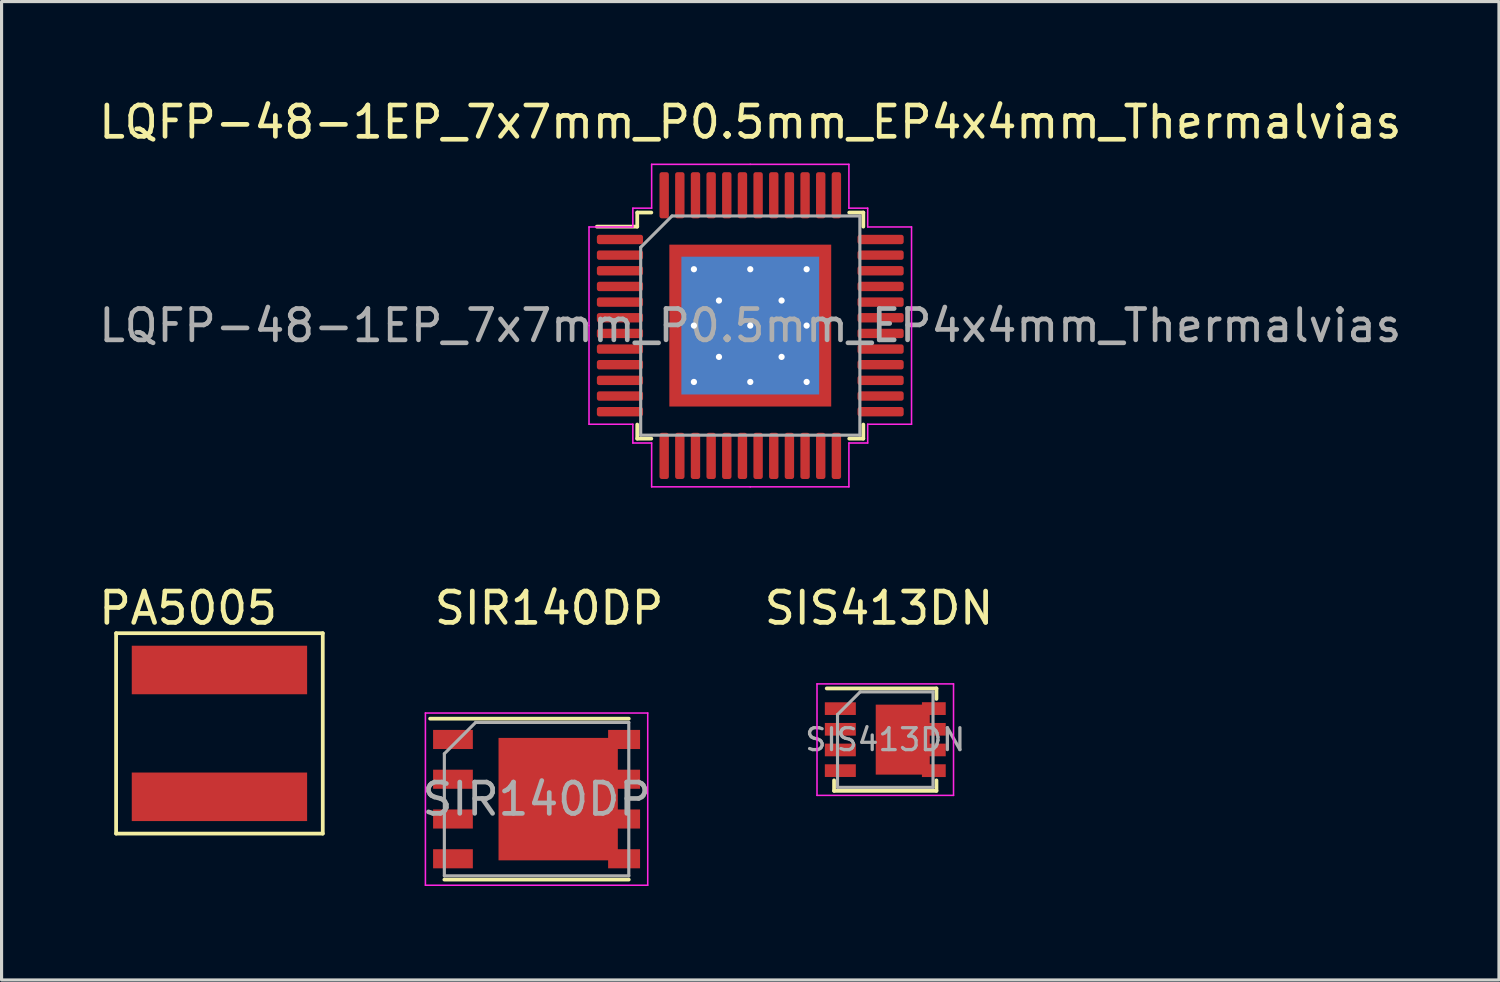
<source format=kicad_pcb>
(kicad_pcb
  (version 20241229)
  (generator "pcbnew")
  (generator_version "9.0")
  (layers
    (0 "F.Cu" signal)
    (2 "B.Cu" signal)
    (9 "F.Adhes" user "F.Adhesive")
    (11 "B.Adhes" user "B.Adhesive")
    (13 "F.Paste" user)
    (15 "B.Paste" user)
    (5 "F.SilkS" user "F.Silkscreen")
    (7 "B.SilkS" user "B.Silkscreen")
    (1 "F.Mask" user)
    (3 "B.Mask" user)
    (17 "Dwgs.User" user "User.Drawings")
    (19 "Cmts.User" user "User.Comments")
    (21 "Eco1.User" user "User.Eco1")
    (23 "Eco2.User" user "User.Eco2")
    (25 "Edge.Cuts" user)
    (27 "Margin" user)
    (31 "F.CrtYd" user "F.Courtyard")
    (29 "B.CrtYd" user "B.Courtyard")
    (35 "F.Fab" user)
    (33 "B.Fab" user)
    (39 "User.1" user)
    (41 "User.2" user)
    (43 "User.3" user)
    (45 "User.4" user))
  (footprint "SIS413DN"
    (layer "F.Cu")
    (at 24.922 20.471)
    (property "Reference" "SIS413DN" (at 0.1 -4.1 0) (layer "F.SilkS") (effects (font (size 1 1) (thickness 0.15))))
    (attr through_hole)
    (fp_line (start -1.57 -1.535) (end 1.935 -1.535) (stroke (width 0.12) (type solid)) (layer "F.SilkS"))
    (fp_line (start -1.335 1.4) (end -1.335 1.735) (stroke (width 0.12) (type solid)) (layer "F.SilkS"))
    (fp_line (start -1.335 1.735) (end 1.935 1.735) (stroke (width 0.12) (type solid)) (layer "F.SilkS"))
    (fp_line (start 1.935 -1.535) (end 1.935 -1.2) (stroke (width 0.12) (type solid)) (layer "F.SilkS"))
    (fp_line (start 1.935 1.4) (end 1.935 1.735) (stroke (width 0.12) (type solid)) (layer "F.SilkS"))
    (fp_line (start -1.88 -1.68) (end -1.88 1.88) (stroke (width 0.05) (type solid)) (layer "F.CrtYd"))
    (fp_line (start -1.88 -1.68) (end 2.48 -1.68) (stroke (width 0.05) (type solid)) (layer "F.CrtYd"))
    (fp_line (start -1.88 1.88) (end 2.48 1.88) (stroke (width 0.05) (type solid)) (layer "F.CrtYd"))
    (fp_line (start 2.48 -1.68) (end 2.48 1.88) (stroke (width 0.05) (type solid)) (layer "F.CrtYd"))
    (fp_line (start -1.225 -0.7) (end -1.225 1.625) (stroke (width 0.1) (type solid)) (layer "F.Fab"))
    (fp_line (start -1.225 -0.7) (end -0.5 -1.425) (stroke (width 0.1) (type solid)) (layer "F.Fab"))
    (fp_line (start -1.225 1.625) (end 1.825 1.625) (stroke (width 0.1) (type solid)) (layer "F.Fab"))
    (fp_line (start -0.5 -1.425) (end 1.825 -1.425) (stroke (width 0.1) (type solid)) (layer "F.Fab"))
    (fp_line (start 1.825 -1.425) (end 1.825 1.625) (stroke (width 0.1) (type solid)) (layer "F.Fab"))
    (fp_text user "${REFERENCE}" (at 0.3 0.1 0) (layer "F.Fab") (effects (font (size 0.7 0.7) (thickness 0.105))))
    (pad "1" smd rect (at -1.135 -0.89) (size 0.99 0.405) (layers "F.Cu" "F.Mask" "F.Paste"))
    (pad "2" smd rect (at -1.135 -0.23) (size 0.99 0.405) (layers "F.Cu" "F.Mask" "F.Paste"))
    (pad "2" smd rect (at -1.135 0.43) (size 0.99 0.405) (layers "F.Cu" "F.Mask" "F.Paste"))
    (pad "2" smd rect (at -1.135 1.09) (size 0.99 0.405) (layers "F.Cu" "F.Mask" "F.Paste"))
    (pad "3" smd custom (at 0.858 0.1) (size 1.725 2.235) (layers "F.Cu" "F.Mask" "F.Paste") (options (anchor rect)) (primitives (gr_poly (pts (xy 0.863 0.128) (xy 0.863 -0.128) (xy 1.373 -0.128) (xy 1.373 -0.532) (xy 0.863 -0.532) (xy 0.863 -0.787) (xy 1.373 -0.787) (xy 1.373 -1.195) (xy 0.613 -1.195) (xy 0.613 1.195) (xy 1.373 1.195) (xy 1.373 0.787) (xy 0.863 0.787) (xy 0.863 0.532) (xy 1.373 0.532) (xy 1.373 0.128)) (width 0) (fill yes)))))
  (footprint "LQFP-48-1EP_7x7mm_P0.5mm_EP4x4mm_Thermalvias"
    (layer "F.Cu")
    (at 20.911 7.348)
    (property "Reference" "LQFP-48-1EP_7x7mm_P0.5mm_EP4x4mm_Thermalvias" (at 0 -6.5 0) (layer "F.SilkS") (effects (font (size 1 1) (thickness 0.15))))
    (attr through_hole)
    (fp_line (start -3.61 -3.61) (end -3.61 -3.16) (stroke (width 0.12) (type solid)) (layer "F.SilkS"))
    (fp_line (start -3.61 -3.16) (end -4.9 -3.16) (stroke (width 0.12) (type solid)) (layer "F.SilkS"))
    (fp_line (start -3.61 3.61) (end -3.61 3.16) (stroke (width 0.12) (type solid)) (layer "F.SilkS"))
    (fp_line (start -3.16 -3.61) (end -3.61 -3.61) (stroke (width 0.12) (type solid)) (layer "F.SilkS"))
    (fp_line (start -3.16 3.61) (end -3.61 3.61) (stroke (width 0.12) (type solid)) (layer "F.SilkS"))
    (fp_line (start 3.16 -3.61) (end 3.61 -3.61) (stroke (width 0.12) (type solid)) (layer "F.SilkS"))
    (fp_line (start 3.16 3.61) (end 3.61 3.61) (stroke (width 0.12) (type solid)) (layer "F.SilkS"))
    (fp_line (start 3.61 -3.61) (end 3.61 -3.16) (stroke (width 0.12) (type solid)) (layer "F.SilkS"))
    (fp_line (start 3.61 3.61) (end 3.61 3.16) (stroke (width 0.12) (type solid)) (layer "F.SilkS"))
    (fp_line (start -5.15 -3.15) (end -5.15 0) (stroke (width 0.05) (type solid)) (layer "F.CrtYd"))
    (fp_line (start -5.15 3.15) (end -5.15 0) (stroke (width 0.05) (type solid)) (layer "F.CrtYd"))
    (fp_line (start -3.75 -3.75) (end -3.75 -3.15) (stroke (width 0.05) (type solid)) (layer "F.CrtYd"))
    (fp_line (start -3.75 -3.15) (end -5.15 -3.15) (stroke (width 0.05) (type solid)) (layer "F.CrtYd"))
    (fp_line (start -3.75 3.15) (end -5.15 3.15) (stroke (width 0.05) (type solid)) (layer "F.CrtYd"))
    (fp_line (start -3.75 3.75) (end -3.75 3.15) (stroke (width 0.05) (type solid)) (layer "F.CrtYd"))
    (fp_line (start -3.15 -5.15) (end -3.15 -3.75) (stroke (width 0.05) (type solid)) (layer "F.CrtYd"))
    (fp_line (start -3.15 -3.75) (end -3.75 -3.75) (stroke (width 0.05) (type solid)) (layer "F.CrtYd"))
    (fp_line (start -3.15 3.75) (end -3.75 3.75) (stroke (width 0.05) (type solid)) (layer "F.CrtYd"))
    (fp_line (start -3.15 5.15) (end -3.15 3.75) (stroke (width 0.05) (type solid)) (layer "F.CrtYd"))
    (fp_line (start 0 -5.15) (end -3.15 -5.15) (stroke (width 0.05) (type solid)) (layer "F.CrtYd"))
    (fp_line (start 0 -5.15) (end 3.15 -5.15) (stroke (width 0.05) (type solid)) (layer "F.CrtYd"))
    (fp_line (start 0 5.15) (end -3.15 5.15) (stroke (width 0.05) (type solid)) (layer "F.CrtYd"))
    (fp_line (start 0 5.15) (end 3.15 5.15) (stroke (width 0.05) (type solid)) (layer "F.CrtYd"))
    (fp_line (start 3.15 -5.15) (end 3.15 -3.75) (stroke (width 0.05) (type solid)) (layer "F.CrtYd"))
    (fp_line (start 3.15 -3.75) (end 3.75 -3.75) (stroke (width 0.05) (type solid)) (layer "F.CrtYd"))
    (fp_line (start 3.15 3.75) (end 3.75 3.75) (stroke (width 0.05) (type solid)) (layer "F.CrtYd"))
    (fp_line (start 3.15 5.15) (end 3.15 3.75) (stroke (width 0.05) (type solid)) (layer "F.CrtYd"))
    (fp_line (start 3.75 -3.75) (end 3.75 -3.15) (stroke (width 0.05) (type solid)) (layer "F.CrtYd"))
    (fp_line (start 3.75 -3.15) (end 5.15 -3.15) (stroke (width 0.05) (type solid)) (layer "F.CrtYd"))
    (fp_line (start 3.75 3.15) (end 5.15 3.15) (stroke (width 0.05) (type solid)) (layer "F.CrtYd"))
    (fp_line (start 3.75 3.75) (end 3.75 3.15) (stroke (width 0.05) (type solid)) (layer "F.CrtYd"))
    (fp_line (start 5.15 -3.15) (end 5.15 0) (stroke (width 0.05) (type solid)) (layer "F.CrtYd"))
    (fp_line (start 5.15 3.15) (end 5.15 0) (stroke (width 0.05) (type solid)) (layer "F.CrtYd"))
    (fp_line (start -3.5 -2.5) (end -2.5 -3.5) (stroke (width 0.1) (type solid)) (layer "F.Fab"))
    (fp_line (start -3.5 3.5) (end -3.5 -2.5) (stroke (width 0.1) (type solid)) (layer "F.Fab"))
    (fp_line (start -2.5 -3.5) (end 3.5 -3.5) (stroke (width 0.1) (type solid)) (layer "F.Fab"))
    (fp_line (start 3.5 -3.5) (end 3.5 3.5) (stroke (width 0.1) (type solid)) (layer "F.Fab"))
    (fp_line (start 3.5 3.5) (end -3.5 3.5) (stroke (width 0.1) (type solid)) (layer "F.Fab"))
    (fp_text user "${REFERENCE}" (at 0 0 0) (layer "F.Fab") (effects (font (size 1 1) (thickness 0.15))))
    (pad "" smd custom (at -1.4 -1.4) (size 0.555 0.555) (layers "F.Paste") (options (anchor circle)) (primitives (gr_poly (pts (xy -0.232 -0.232) (xy 0.232 -0.232) (xy 0.232 0.157) (xy 0.157 0.232) (xy -0.232 0.232)) (width 0.181) (fill yes))))
    (pad "" smd custom (at -1.4 -0.5) (size 0.568 0.568) (layers "F.Paste") (options (anchor circle)) (primitives (gr_poly (pts (xy -0.246 -0.326) (xy 0.182 -0.326) (xy 0.246 -0.263) (xy 0.246 0.263) (xy 0.182 0.326) (xy -0.246 0.326)) (width 0.153) (fill yes))))
    (pad "" smd custom (at -1.4 0.5) (size 0.568 0.568) (layers "F.Paste") (options (anchor circle)) (primitives (gr_poly (pts (xy -0.246 -0.326) (xy 0.182 -0.326) (xy 0.246 -0.263) (xy 0.246 0.263) (xy 0.182 0.326) (xy -0.246 0.326)) (width 0.153) (fill yes))))
    (pad "" smd custom (at -1.4 1.4) (size 0.555 0.555) (layers "F.Paste") (options (anchor circle)) (primitives (gr_poly (pts (xy -0.232 -0.232) (xy 0.157 -0.232) (xy 0.232 -0.157) (xy 0.232 0.232) (xy -0.232 0.232)) (width 0.181) (fill yes))))
    (pad "" smd custom (at -0.5 -1.4) (size 0.568 0.568) (layers "F.Paste") (options (anchor circle)) (primitives (gr_poly (pts (xy -0.326 -0.246) (xy 0.326 -0.246) (xy 0.326 0.182) (xy 0.263 0.246) (xy -0.263 0.246) (xy -0.326 0.182)) (width 0.153) (fill yes))))
    (pad "" smd roundrect (at -0.5 -0.5) (size 0.806 0.806) (layers "F.Paste") (roundrect_rratio 0.25))
    (pad "" smd roundrect (at -0.5 0.5) (size 0.806 0.806) (layers "F.Paste") (roundrect_rratio 0.25))
    (pad "" smd custom (at -0.5 1.4) (size 0.568 0.568) (layers "F.Paste") (options (anchor circle)) (primitives (gr_poly (pts (xy -0.326 -0.182) (xy -0.263 -0.246) (xy 0.263 -0.246) (xy 0.326 -0.182) (xy 0.326 0.246) (xy -0.326 0.246)) (width 0.153) (fill yes))))
    (pad "" smd custom (at 0.5 -1.4) (size 0.568 0.568) (layers "F.Paste") (options (anchor circle)) (primitives (gr_poly (pts (xy -0.326 -0.246) (xy 0.326 -0.246) (xy 0.326 0.182) (xy 0.263 0.246) (xy -0.263 0.246) (xy -0.326 0.182)) (width 0.153) (fill yes))))
    (pad "" smd roundrect (at 0.5 -0.5) (size 0.806 0.806) (layers "F.Paste") (roundrect_rratio 0.25))
    (pad "" smd roundrect (at 0.5 0.5) (size 0.806 0.806) (layers "F.Paste") (roundrect_rratio 0.25))
    (pad "" smd custom (at 0.5 1.4) (size 0.568 0.568) (layers "F.Paste") (options (anchor circle)) (primitives (gr_poly (pts (xy -0.326 -0.182) (xy -0.263 -0.246) (xy 0.263 -0.246) (xy 0.326 -0.182) (xy 0.326 0.246) (xy -0.326 0.246)) (width 0.153) (fill yes))))
    (pad "" smd custom (at 1.4 -1.4) (size 0.555 0.555) (layers "F.Paste") (options (anchor circle)) (primitives (gr_poly (pts (xy -0.232 -0.232) (xy 0.232 -0.232) (xy 0.232 0.232) (xy -0.157 0.232) (xy -0.232 0.157)) (width 0.181) (fill yes))))
    (pad "" smd custom (at 1.4 -0.5) (size 0.568 0.568) (layers "F.Paste") (options (anchor circle)) (primitives (gr_poly (pts (xy -0.246 -0.263) (xy -0.182 -0.326) (xy 0.246 -0.326) (xy 0.246 0.326) (xy -0.182 0.326) (xy -0.246 0.263)) (width 0.153) (fill yes))))
    (pad "" smd custom (at 1.4 0.5) (size 0.568 0.568) (layers "F.Paste") (options (anchor circle)) (primitives (gr_poly (pts (xy -0.246 -0.263) (xy -0.182 -0.326) (xy 0.246 -0.326) (xy 0.246 0.326) (xy -0.182 0.326) (xy -0.246 0.263)) (width 0.153) (fill yes))))
    (pad "" smd custom (at 1.4 1.4) (size 0.555 0.555) (layers "F.Paste") (options (anchor circle)) (primitives (gr_poly (pts (xy -0.232 -0.157) (xy -0.157 -0.232) (xy 0.232 -0.232) (xy 0.232 0.232) (xy -0.232 0.232)) (width 0.181) (fill yes))))
    (pad "1" smd roundrect (at -4.162 -2.75) (size 1.475 0.3) (layers "F.Cu" "F.Mask" "F.Paste") (roundrect_rratio 0.25))
    (pad "2" smd roundrect (at -4.162 -2.25) (size 1.475 0.3) (layers "F.Cu" "F.Mask" "F.Paste") (roundrect_rratio 0.25))
    (pad "3" smd roundrect (at -4.162 -1.75) (size 1.475 0.3) (layers "F.Cu" "F.Mask" "F.Paste") (roundrect_rratio 0.25))
    (pad "4" smd roundrect (at -4.162 -1.25) (size 1.475 0.3) (layers "F.Cu" "F.Mask" "F.Paste") (roundrect_rratio 0.25))
    (pad "5" smd roundrect (at -4.162 -0.75) (size 1.475 0.3) (layers "F.Cu" "F.Mask" "F.Paste") (roundrect_rratio 0.25))
    (pad "6" smd roundrect (at -4.162 -0.25) (size 1.475 0.3) (layers "F.Cu" "F.Mask" "F.Paste") (roundrect_rratio 0.25))
    (pad "7" smd roundrect (at -4.162 0.25) (size 1.475 0.3) (layers "F.Cu" "F.Mask" "F.Paste") (roundrect_rratio 0.25))
    (pad "8" smd roundrect (at -4.162 0.75) (size 1.475 0.3) (layers "F.Cu" "F.Mask" "F.Paste") (roundrect_rratio 0.25))
    (pad "9" smd roundrect (at -4.162 1.25) (size 1.475 0.3) (layers "F.Cu" "F.Mask" "F.Paste") (roundrect_rratio 0.25))
    (pad "10" smd roundrect (at -4.162 1.75) (size 1.475 0.3) (layers "F.Cu" "F.Mask" "F.Paste") (roundrect_rratio 0.25))
    (pad "11" smd roundrect (at -4.162 2.25) (size 1.475 0.3) (layers "F.Cu" "F.Mask" "F.Paste") (roundrect_rratio 0.25))
    (pad "12" smd roundrect (at -4.162 2.75) (size 1.475 0.3) (layers "F.Cu" "F.Mask" "F.Paste") (roundrect_rratio 0.25))
    (pad "13" smd roundrect (at -2.75 4.162) (size 0.3 1.475) (layers "F.Cu" "F.Mask" "F.Paste") (roundrect_rratio 0.25))
    (pad "14" smd roundrect (at -2.25 4.162) (size 0.3 1.475) (layers "F.Cu" "F.Mask" "F.Paste") (roundrect_rratio 0.25))
    (pad "15" smd roundrect (at -1.75 4.162) (size 0.3 1.475) (layers "F.Cu" "F.Mask" "F.Paste") (roundrect_rratio 0.25))
    (pad "16" smd roundrect (at -1.25 4.162) (size 0.3 1.475) (layers "F.Cu" "F.Mask" "F.Paste") (roundrect_rratio 0.25))
    (pad "17" smd roundrect (at -0.75 4.162) (size 0.3 1.475) (layers "F.Cu" "F.Mask" "F.Paste") (roundrect_rratio 0.25))
    (pad "18" smd roundrect (at -0.25 4.162) (size 0.3 1.475) (layers "F.Cu" "F.Mask" "F.Paste") (roundrect_rratio 0.25))
    (pad "19" smd roundrect (at 0.25 4.162) (size 0.3 1.475) (layers "F.Cu" "F.Mask" "F.Paste") (roundrect_rratio 0.25))
    (pad "20" smd roundrect (at 0.75 4.162) (size 0.3 1.475) (layers "F.Cu" "F.Mask" "F.Paste") (roundrect_rratio 0.25))
    (pad "21" smd roundrect (at 1.25 4.162) (size 0.3 1.475) (layers "F.Cu" "F.Mask" "F.Paste") (roundrect_rratio 0.25))
    (pad "22" smd roundrect (at 1.75 4.162) (size 0.3 1.475) (layers "F.Cu" "F.Mask" "F.Paste") (roundrect_rratio 0.25))
    (pad "23" smd roundrect (at 2.25 4.162) (size 0.3 1.475) (layers "F.Cu" "F.Mask" "F.Paste") (roundrect_rratio 0.25))
    (pad "24" smd roundrect (at 2.75 4.162) (size 0.3 1.475) (layers "F.Cu" "F.Mask" "F.Paste") (roundrect_rratio 0.25))
    (pad "25" smd roundrect (at 4.162 2.75) (size 1.475 0.3) (layers "F.Cu" "F.Mask" "F.Paste") (roundrect_rratio 0.25))
    (pad "26" smd roundrect (at 4.162 2.25) (size 1.475 0.3) (layers "F.Cu" "F.Mask" "F.Paste") (roundrect_rratio 0.25))
    (pad "27" smd roundrect (at 4.162 1.75) (size 1.475 0.3) (layers "F.Cu" "F.Mask" "F.Paste") (roundrect_rratio 0.25))
    (pad "28" smd roundrect (at 4.162 1.25) (size 1.475 0.3) (layers "F.Cu" "F.Mask" "F.Paste") (roundrect_rratio 0.25))
    (pad "29" smd roundrect (at 4.162 0.75) (size 1.475 0.3) (layers "F.Cu" "F.Mask" "F.Paste") (roundrect_rratio 0.25))
    (pad "30" smd roundrect (at 4.162 0.25) (size 1.475 0.3) (layers "F.Cu" "F.Mask" "F.Paste") (roundrect_rratio 0.25))
    (pad "31" smd roundrect (at 4.162 -0.25) (size 1.475 0.3) (layers "F.Cu" "F.Mask" "F.Paste") (roundrect_rratio 0.25))
    (pad "32" smd roundrect (at 4.162 -0.75) (size 1.475 0.3) (layers "F.Cu" "F.Mask" "F.Paste") (roundrect_rratio 0.25))
    (pad "33" smd roundrect (at 4.162 -1.25) (size 1.475 0.3) (layers "F.Cu" "F.Mask" "F.Paste") (roundrect_rratio 0.25))
    (pad "34" smd roundrect (at 4.162 -1.75) (size 1.475 0.3) (layers "F.Cu" "F.Mask" "F.Paste") (roundrect_rratio 0.25))
    (pad "35" smd roundrect (at 4.162 -2.25) (size 1.475 0.3) (layers "F.Cu" "F.Mask" "F.Paste") (roundrect_rratio 0.25))
    (pad "36" smd roundrect (at 4.162 -2.75) (size 1.475 0.3) (layers "F.Cu" "F.Mask" "F.Paste") (roundrect_rratio 0.25))
    (pad "37" smd roundrect (at 2.75 -4.162) (size 0.3 1.475) (layers "F.Cu" "F.Mask" "F.Paste") (roundrect_rratio 0.25))
    (pad "38" smd roundrect (at 2.25 -4.162) (size 0.3 1.475) (layers "F.Cu" "F.Mask" "F.Paste") (roundrect_rratio 0.25))
    (pad "39" smd roundrect (at 1.75 -4.162) (size 0.3 1.475) (layers "F.Cu" "F.Mask" "F.Paste") (roundrect_rratio 0.25))
    (pad "40" smd roundrect (at 1.25 -4.162) (size 0.3 1.475) (layers "F.Cu" "F.Mask" "F.Paste") (roundrect_rratio 0.25))
    (pad "41" smd roundrect (at 0.75 -4.162) (size 0.3 1.475) (layers "F.Cu" "F.Mask" "F.Paste") (roundrect_rratio 0.25))
    (pad "42" smd roundrect (at 0.25 -4.162) (size 0.3 1.475) (layers "F.Cu" "F.Mask" "F.Paste") (roundrect_rratio 0.25))
    (pad "43" smd roundrect (at -0.25 -4.162) (size 0.3 1.475) (layers "F.Cu" "F.Mask" "F.Paste") (roundrect_rratio 0.25))
    (pad "44" smd roundrect (at -0.75 -4.162) (size 0.3 1.475) (layers "F.Cu" "F.Mask" "F.Paste") (roundrect_rratio 0.25))
    (pad "45" smd roundrect (at -1.25 -4.162) (size 0.3 1.475) (layers "F.Cu" "F.Mask" "F.Paste") (roundrect_rratio 0.25))
    (pad "46" smd roundrect (at -1.75 -4.162) (size 0.3 1.475) (layers "F.Cu" "F.Mask" "F.Paste") (roundrect_rratio 0.25))
    (pad "47" smd roundrect (at -2.25 -4.162) (size 0.3 1.475) (layers "F.Cu" "F.Mask" "F.Paste") (roundrect_rratio 0.25))
    (pad "48" smd roundrect (at -2.75 -4.162) (size 0.3 1.475) (layers "F.Cu" "F.Mask" "F.Paste") (roundrect_rratio 0.25))
    (pad "49" thru_hole circle (at -1.8 -1.8) (size 0.5 0.5) (drill 0.2) (layers "*.Cu"))
    (pad "49" thru_hole circle (at -1.8 0) (size 0.5 0.5) (drill 0.2) (layers "*.Cu"))
    (pad "49" thru_hole circle (at -1.8 1.8) (size 0.5 0.5) (drill 0.2) (layers "*.Cu"))
    (pad "49" thru_hole circle (at -1 -0.8) (size 0.5 0.5) (drill 0.2) (layers "*.Cu"))
    (pad "49" thru_hole circle (at -1 1) (size 0.5 0.5) (drill 0.2) (layers "*.Cu"))
    (pad "49" thru_hole circle (at 0 -1.8) (size 0.5 0.5) (drill 0.2) (layers "*.Cu"))
    (pad "49" thru_hole circle (at 0 0) (size 0.5 0.5) (drill 0.2) (layers "*.Cu"))
    (pad "49" smd rect (at 0 0) (size 4.4 4.4) (layers "B.Cu"))
    (pad "49" smd rect (at 0 0) (size 5.17 5.17) (layers "F.Cu" "F.Mask"))
    (pad "49" thru_hole circle (at 0 1.8) (size 0.5 0.5) (drill 0.2) (layers "*.Cu"))
    (pad "49" thru_hole circle (at 1 -0.8) (size 0.5 0.5) (drill 0.2) (layers "*.Cu"))
    (pad "49" thru_hole circle (at 1 1) (size 0.5 0.5) (drill 0.2) (layers "*.Cu"))
    (pad "49" thru_hole circle (at 1.8 -1.8) (size 0.5 0.5) (drill 0.2) (layers "*.Cu"))
    (pad "49" thru_hole circle (at 1.8 0) (size 0.5 0.5) (drill 0.2) (layers "*.Cu"))
    (pad "49" thru_hole circle (at 1.8 1.8) (size 0.5 0.5) (drill 0.2) (layers "*.Cu")))
  (footprint "SIR140DP"
    (layer "F.Cu")
    (at 14.386 22.471)
    (property "Reference" "SIR140DP" (at 0.1 -6.1 0) (layer "F.SilkS") (effects (font (size 1 1) (thickness 0.15))))
    (attr through_hole)
    (fp_line (start -3.7 -2.57) (end 2.645 -2.57) (stroke (width 0.12) (type solid)) (layer "F.SilkS"))
    (fp_line (start -3.245 2.57) (end 2.645 2.57) (stroke (width 0.12) (type solid)) (layer "F.SilkS"))
    (fp_line (start -3.85 -2.75) (end -3.85 2.75) (stroke (width 0.05) (type solid)) (layer "F.CrtYd"))
    (fp_line (start -3.85 -2.75) (end 3.25 -2.75) (stroke (width 0.05) (type solid)) (layer "F.CrtYd"))
    (fp_line (start -3.85 2.75) (end 3.25 2.75) (stroke (width 0.05) (type solid)) (layer "F.CrtYd"))
    (fp_line (start 3.25 -2.75) (end 3.25 2.75) (stroke (width 0.05) (type solid)) (layer "F.CrtYd"))
    (fp_line (start -3.245 2.45) (end -3.245 -1.45) (stroke (width 0.1) (type solid)) (layer "F.Fab"))
    (fp_line (start -2.245 -2.45) (end -3.245 -1.45) (stroke (width 0.1) (type solid)) (layer "F.Fab"))
    (fp_line (start -2.245 -2.45) (end 2.645 -2.45) (stroke (width 0.1) (type solid)) (layer "F.Fab"))
    (fp_line (start 2.645 -2.45) (end 2.645 2.45) (stroke (width 0.1) (type solid)) (layer "F.Fab"))
    (fp_line (start 2.645 2.45) (end -3.245 2.45) (stroke (width 0.1) (type solid)) (layer "F.Fab"))
    (fp_text user "${REFERENCE}" (at -0.3 0 0) (layer "F.Fab") (effects (font (size 1 1) (thickness 0.15))))
    (pad "1" smd rect (at -2.97 -1.905) (size 1.27 0.61) (layers "F.Cu" "F.Mask" "F.Paste"))
    (pad "1" smd rect (at -2.97 -0.635) (size 1.27 0.61) (layers "F.Cu" "F.Mask" "F.Paste"))
    (pad "1" smd rect (at -2.97 0.635) (size 1.27 0.61) (layers "F.Cu" "F.Mask" "F.Paste"))
    (pad "2" smd rect (at -2.97 1.905) (size 1.27 0.61) (layers "F.Cu" "F.Mask" "F.Paste"))
    (pad "3" smd rect (at 0.39 0) (size 3.81 3.91) (layers "F.Cu" "F.Mask" "F.Paste"))
    (pad "3" smd rect (at 2.495 -1.905) (size 1.02 0.61) (layers "F.Cu" "F.Mask" "F.Paste"))
    (pad "3" smd rect (at 2.495 -0.635) (size 1.02 0.61) (layers "F.Cu" "F.Mask" "F.Paste"))
    (pad "3" smd rect (at 2.495 0.635) (size 1.02 0.61) (layers "F.Cu" "F.Mask" "F.Paste"))
    (pad "3" smd rect (at 2.495 1.905) (size 1.02 0.61) (layers "F.Cu" "F.Mask" "F.Paste")))
  (footprint "PA5005"
    (layer "F.Cu")
    (at 3.958 20.372)
    (property "Reference" "PA5005" (at -1 -4 0) (layer "F.SilkS") (effects (font (size 1 1) (thickness 0.15))))
    (attr through_hole)
    (fp_line (start -3.3 -3.2) (end -3.3 3.2) (stroke (width 0.12) (type solid)) (layer "F.SilkS"))
    (fp_line (start -3.3 -3.2) (end 3.3 -3.2) (stroke (width 0.12) (type solid)) (layer "F.SilkS"))
    (fp_line (start -3.3 3.2) (end 3.3 3.2) (stroke (width 0.12) (type solid)) (layer "F.SilkS"))
    (fp_line (start 3.3 -3.2) (end 3.3 3.2) (stroke (width 0.12) (type solid)) (layer "F.SilkS"))
    (pad "1" smd rect (at 0 -2.025) (size 5.6 1.55) (layers "F.Cu" "F.Mask" "F.Paste"))
    (pad "2" smd rect (at 0 2.025) (size 5.6 1.55) (layers "F.Cu" "F.Mask" "F.Paste")))
  (gr_rect
    (start -3 -3)
    (end 44.821 28.247)
    (stroke (width 0.1) (type default))
    (fill no)
    (layer "Edge.Cuts")))
</source>
